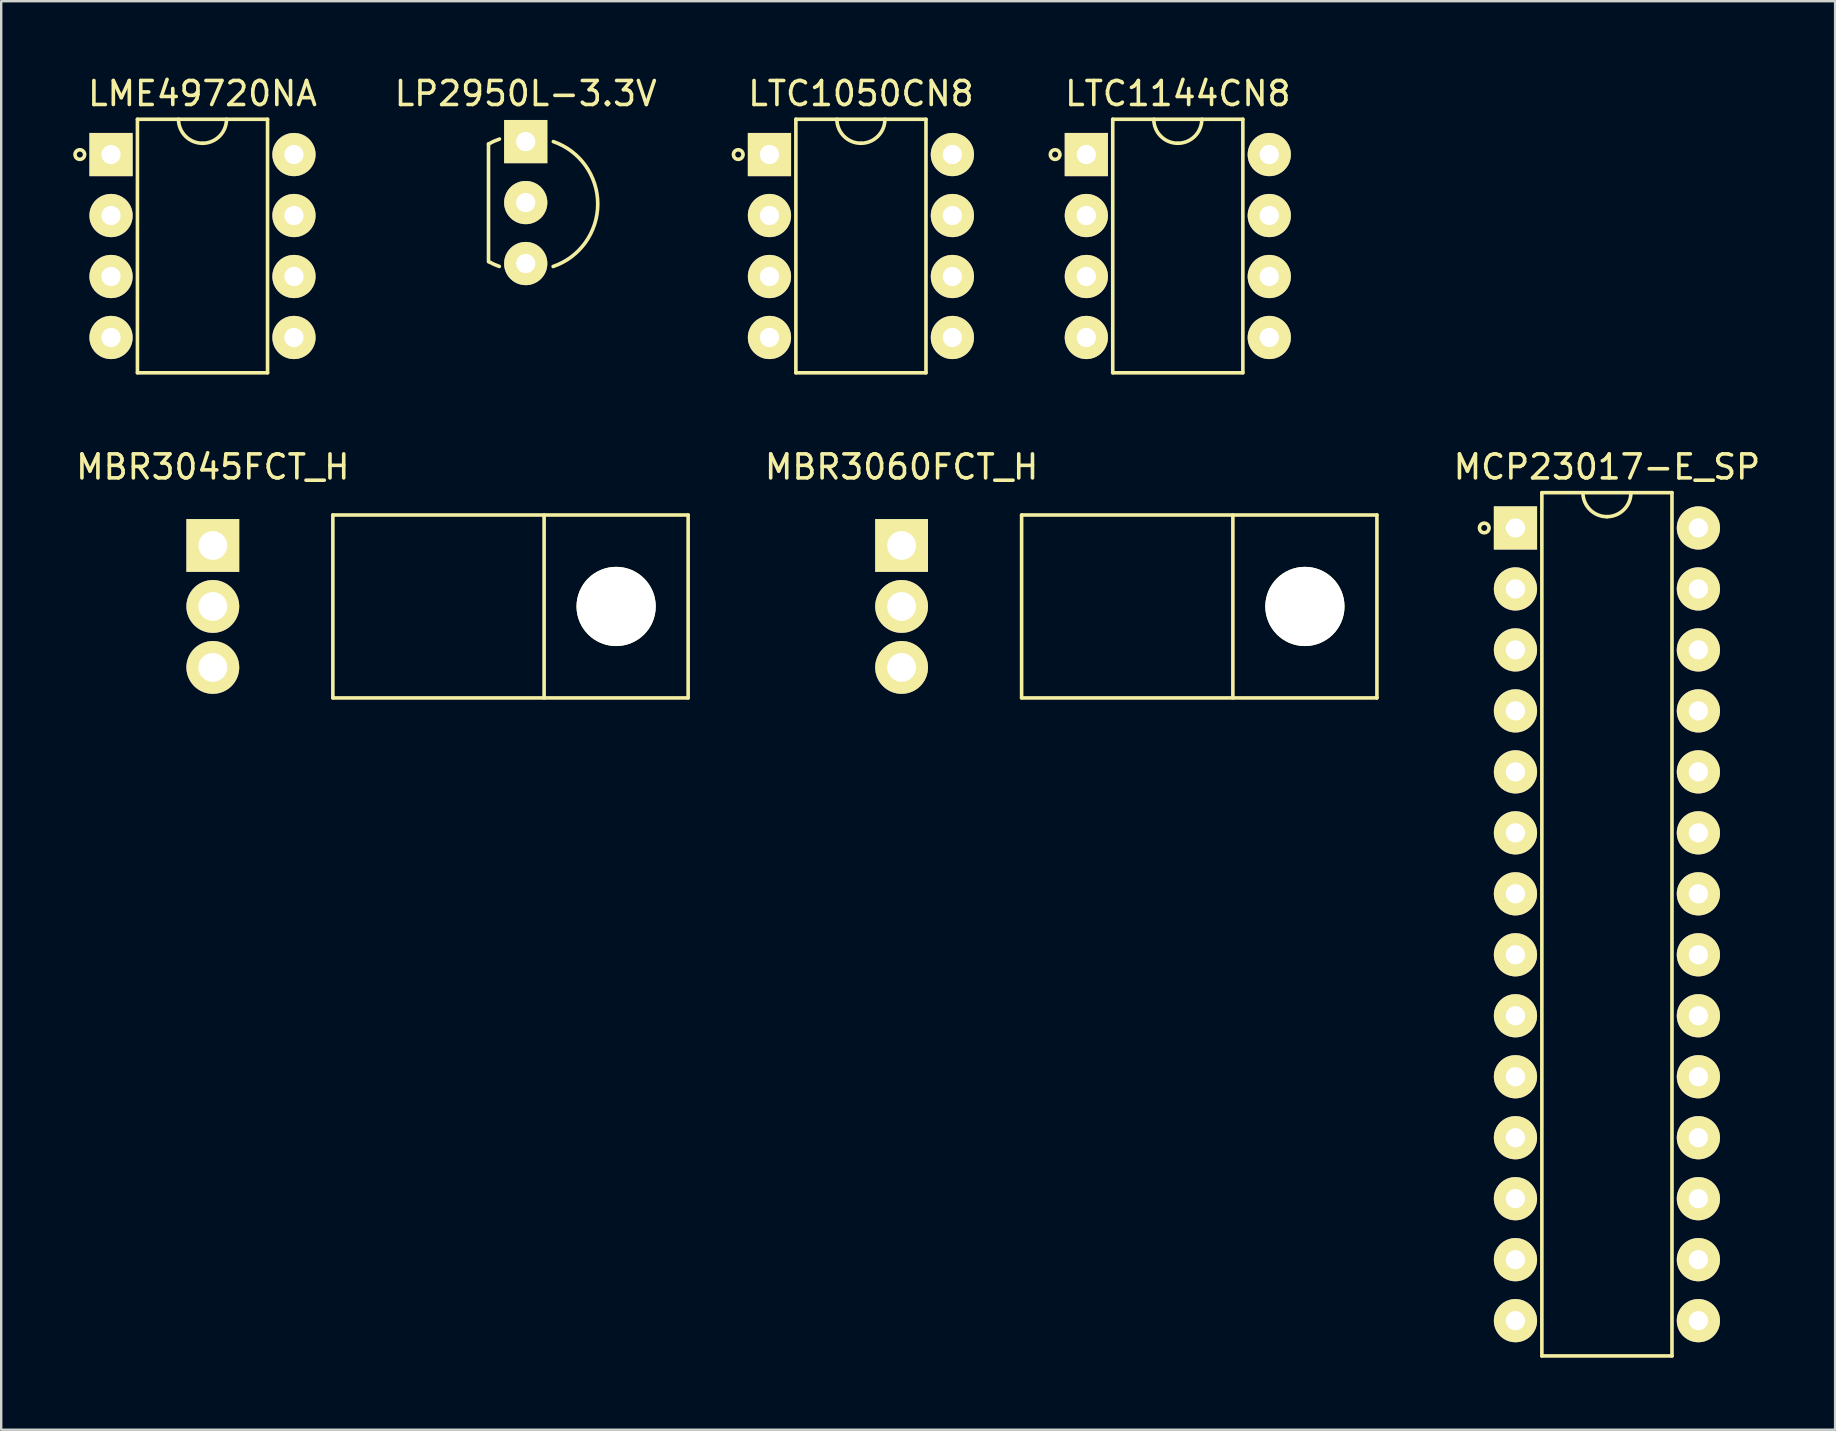
<source format=kicad_pcb>
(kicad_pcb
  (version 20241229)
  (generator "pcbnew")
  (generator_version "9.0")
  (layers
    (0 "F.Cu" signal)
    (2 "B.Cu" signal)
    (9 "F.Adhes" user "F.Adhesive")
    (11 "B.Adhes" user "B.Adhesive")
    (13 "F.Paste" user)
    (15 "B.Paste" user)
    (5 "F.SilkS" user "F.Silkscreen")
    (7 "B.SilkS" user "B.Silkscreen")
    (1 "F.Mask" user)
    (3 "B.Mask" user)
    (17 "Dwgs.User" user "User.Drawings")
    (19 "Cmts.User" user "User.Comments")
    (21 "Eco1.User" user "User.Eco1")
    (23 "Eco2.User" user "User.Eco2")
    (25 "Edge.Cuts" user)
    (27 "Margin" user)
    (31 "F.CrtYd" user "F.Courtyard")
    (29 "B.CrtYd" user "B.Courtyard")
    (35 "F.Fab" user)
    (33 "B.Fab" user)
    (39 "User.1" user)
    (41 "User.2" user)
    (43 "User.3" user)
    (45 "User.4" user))
  (footprint "MBR3060FCT_H"
    (layer "F.Cu")
    (at 34.506 19.672)
    (property "Reference" "MBR3060FCT_H" (at 0 -3.27 0) (layer "F.SilkS") (effects (font (size 1 1) (thickness 0.15))))
    (attr through_hole)
    (fp_line (start 5 -1.27) (end 5 6.35) (stroke (width 0.15) (type solid)) (layer "F.SilkS"))
    (fp_line (start 5 -1.27) (end 19.8 -1.27) (stroke (width 0.15) (type solid)) (layer "F.SilkS"))
    (fp_line (start 5 6.35) (end 19.8 6.35) (stroke (width 0.15) (type solid)) (layer "F.SilkS"))
    (fp_line (start 13.8 -1.27) (end 13.8 6.35) (stroke (width 0.15) (type solid)) (layer "F.SilkS"))
    (fp_line (start 19.8 -1.27) (end 19.8 6.35) (stroke (width 0.15) (type solid)) (layer "F.SilkS"))
    (pad "" np_thru_hole circle (at 16.8 2.54) (size 3.3 3.3) (drill 3.3) (layers "*.Cu" "*.Mask" "F.SilkS"))
    (pad "1" thru_hole rect (at 0 0) (size 2.2 2.2) (drill 1.2) (layers "*.Cu" "*.Mask" "F.SilkS"))
    (pad "2" thru_hole circle (at 0 2.54) (size 2.2 2.2) (drill 1.2) (layers "*.Cu" "*.Mask" "F.SilkS"))
    (pad "3" thru_hole circle (at 0 5.08) (size 2.2 2.2) (drill 1.2) (layers "*.Cu" "*.Mask" "F.SilkS")))
  (footprint "LME49720NA"
    (layer "F.Cu")
    (at 1.575 3.388)
    (property "Reference" "LME49720NA" (at 3.81 -2.54 0) (layer "F.SilkS") (effects (font (size 1 1) (thickness 0.15))))
    (attr through_hole)
    (fp_line (start 1.1 -1.47) (end 6.52 -1.47) (stroke (width 0.15) (type solid)) (layer "F.SilkS"))
    (fp_line (start 1.1 9.09) (end 1.1 -1.47) (stroke (width 0.15) (type solid)) (layer "F.SilkS"))
    (fp_line (start 6.52 -1.47) (end 6.52 9.09) (stroke (width 0.15) (type solid)) (layer "F.SilkS"))
    (fp_line (start 6.52 9.09) (end 1.1 9.09) (stroke (width 0.15) (type solid)) (layer "F.SilkS"))
    (fp_arc (start 3.81 -0.47) (mid 3.102893 -0.762893) (end 2.81 -1.47) (stroke (width 0.15) (type solid)) (layer "F.SilkS"))
    (fp_arc (start 4.81 -1.47) (mid 4.517107 -0.762893) (end 3.81 -0.47) (stroke (width 0.15) (type solid)) (layer "F.SilkS"))
    (fp_circle (center -1.3 0) (end -1.3 0.2) (stroke (width 0.15) (type solid)) (fill no) (layer "F.SilkS"))
    (pad "1" thru_hole rect (at 0 0) (size 1.8 1.8) (drill 0.8) (layers "*.Cu" "*.Mask" "F.SilkS"))
    (pad "2" thru_hole circle (at 0 2.54) (size 1.8 1.8) (drill 0.8) (layers "*.Cu" "*.Mask" "F.SilkS"))
    (pad "3" thru_hole circle (at 0 5.08) (size 1.8 1.8) (drill 0.8) (layers "*.Cu" "*.Mask" "F.SilkS"))
    (pad "4" thru_hole circle (at 0 7.62) (size 1.8 1.8) (drill 0.8) (layers "*.Cu" "*.Mask" "F.SilkS"))
    (pad "5" thru_hole circle (at 7.62 7.62) (size 1.8 1.8) (drill 0.8) (layers "*.Cu" "*.Mask" "F.SilkS"))
    (pad "6" thru_hole circle (at 7.62 5.08) (size 1.8 1.8) (drill 0.8) (layers "*.Cu" "*.Mask" "F.SilkS"))
    (pad "7" thru_hole circle (at 7.62 2.54) (size 1.8 1.8) (drill 0.8) (layers "*.Cu" "*.Mask" "F.SilkS"))
    (pad "8" thru_hole circle (at 7.62 0) (size 1.8 1.8) (drill 0.8) (layers "*.Cu" "*.Mask" "F.SilkS")))
  (footprint "MCP23017-E_SP"
    (layer "F.Cu")
    (at 60.077 18.942)
    (property "Reference" "MCP23017-E_SP" (at 3.81 -2.54 0) (layer "F.SilkS") (effects (font (size 1 1) (thickness 0.15))))
    (attr through_hole)
    (fp_line (start 1.1 -1.47) (end 6.52 -1.47) (stroke (width 0.15) (type solid)) (layer "F.SilkS"))
    (fp_line (start 1.1 34.49) (end 1.1 -1.47) (stroke (width 0.15) (type solid)) (layer "F.SilkS"))
    (fp_line (start 6.52 -1.47) (end 6.52 34.49) (stroke (width 0.15) (type solid)) (layer "F.SilkS"))
    (fp_line (start 6.52 34.49) (end 1.1 34.49) (stroke (width 0.15) (type solid)) (layer "F.SilkS"))
    (fp_arc (start 3.81 -0.47) (mid 3.102893 -0.762893) (end 2.81 -1.47) (stroke (width 0.15) (type solid)) (layer "F.SilkS"))
    (fp_arc (start 4.81 -1.47) (mid 4.517107 -0.762893) (end 3.81 -0.47) (stroke (width 0.15) (type solid)) (layer "F.SilkS"))
    (fp_circle (center -1.3 0) (end -1.3 0.2) (stroke (width 0.15) (type solid)) (fill no) (layer "F.SilkS"))
    (pad "1" thru_hole rect (at 0 0) (size 1.8 1.8) (drill 0.8) (layers "*.Cu" "*.Mask" "F.SilkS"))
    (pad "2" thru_hole circle (at 0 2.54) (size 1.8 1.8) (drill 0.8) (layers "*.Cu" "*.Mask" "F.SilkS"))
    (pad "3" thru_hole circle (at 0 5.08) (size 1.8 1.8) (drill 0.8) (layers "*.Cu" "*.Mask" "F.SilkS"))
    (pad "4" thru_hole circle (at 0 7.62) (size 1.8 1.8) (drill 0.8) (layers "*.Cu" "*.Mask" "F.SilkS"))
    (pad "5" thru_hole circle (at 0 10.16) (size 1.8 1.8) (drill 0.8) (layers "*.Cu" "*.Mask" "F.SilkS"))
    (pad "6" thru_hole circle (at 0 12.7) (size 1.8 1.8) (drill 0.8) (layers "*.Cu" "*.Mask" "F.SilkS"))
    (pad "7" thru_hole circle (at 0 15.24) (size 1.8 1.8) (drill 0.8) (layers "*.Cu" "*.Mask" "F.SilkS"))
    (pad "8" thru_hole circle (at 0 17.78) (size 1.8 1.8) (drill 0.8) (layers "*.Cu" "*.Mask" "F.SilkS"))
    (pad "9" thru_hole circle (at 0 20.32) (size 1.8 1.8) (drill 0.8) (layers "*.Cu" "*.Mask" "F.SilkS"))
    (pad "10" thru_hole circle (at 0 22.86) (size 1.8 1.8) (drill 0.8) (layers "*.Cu" "*.Mask" "F.SilkS"))
    (pad "11" thru_hole circle (at 0 25.4) (size 1.8 1.8) (drill 0.8) (layers "*.Cu" "*.Mask" "F.SilkS"))
    (pad "12" thru_hole circle (at 0 27.94) (size 1.8 1.8) (drill 0.8) (layers "*.Cu" "*.Mask" "F.SilkS"))
    (pad "13" thru_hole circle (at 0 30.48) (size 1.8 1.8) (drill 0.8) (layers "*.Cu" "*.Mask" "F.SilkS"))
    (pad "14" thru_hole circle (at 0 33.02) (size 1.8 1.8) (drill 0.8) (layers "*.Cu" "*.Mask" "F.SilkS"))
    (pad "15" thru_hole circle (at 7.62 33.02) (size 1.8 1.8) (drill 0.8) (layers "*.Cu" "*.Mask" "F.SilkS"))
    (pad "16" thru_hole circle (at 7.62 30.48) (size 1.8 1.8) (drill 0.8) (layers "*.Cu" "*.Mask" "F.SilkS"))
    (pad "17" thru_hole circle (at 7.62 27.94) (size 1.8 1.8) (drill 0.8) (layers "*.Cu" "*.Mask" "F.SilkS"))
    (pad "18" thru_hole circle (at 7.62 25.4) (size 1.8 1.8) (drill 0.8) (layers "*.Cu" "*.Mask" "F.SilkS"))
    (pad "19" thru_hole circle (at 7.62 22.86) (size 1.8 1.8) (drill 0.8) (layers "*.Cu" "*.Mask" "F.SilkS"))
    (pad "20" thru_hole circle (at 7.62 20.32) (size 1.8 1.8) (drill 0.8) (layers "*.Cu" "*.Mask" "F.SilkS"))
    (pad "21" thru_hole circle (at 7.62 17.78) (size 1.8 1.8) (drill 0.8) (layers "*.Cu" "*.Mask" "F.SilkS"))
    (pad "22" thru_hole circle (at 7.62 15.24) (size 1.8 1.8) (drill 0.8) (layers "*.Cu" "*.Mask" "F.SilkS"))
    (pad "23" thru_hole circle (at 7.62 12.7) (size 1.8 1.8) (drill 0.8) (layers "*.Cu" "*.Mask" "F.SilkS"))
    (pad "24" thru_hole circle (at 7.62 10.16) (size 1.8 1.8) (drill 0.8) (layers "*.Cu" "*.Mask" "F.SilkS"))
    (pad "25" thru_hole circle (at 7.62 7.62) (size 1.8 1.8) (drill 0.8) (layers "*.Cu" "*.Mask" "F.SilkS"))
    (pad "26" thru_hole circle (at 7.62 5.08) (size 1.8 1.8) (drill 0.8) (layers "*.Cu" "*.Mask" "F.SilkS"))
    (pad "27" thru_hole circle (at 7.62 2.54) (size 1.8 1.8) (drill 0.8) (layers "*.Cu" "*.Mask" "F.SilkS"))
    (pad "28" thru_hole circle (at 7.62 0) (size 1.8 1.8) (drill 0.8) (layers "*.Cu" "*.Mask" "F.SilkS")))
  (footprint "LP2950L-3.3V"
    (layer "F.Cu")
    (at 18.849 2.848)
    (property "Reference" "LP2950L-3.3V" (at 0 -2 0) (layer "F.SilkS") (effects (font (size 1 1) (thickness 0.15))))
    (attr through_hole)
    (fp_line (start -1.55 5) (end -1.55 0.1) (stroke (width 0.15) (type solid)) (layer "F.SilkS"))
    (fp_arc (start -1.55 0.1) (mid -1.326783 -0.012505) (end -1.09461 -0.105127) (stroke (width 0.15) (type solid)) (layer "F.SilkS"))
    (fp_arc (start -1.1 5.2) (mid -1.32318 5.111666) (end -1.537812 5.004217) (stroke (width 0.15) (type solid)) (layer "F.SilkS"))
    (fp_arc (start 1.15 0) (mid 3.00136 2.60449) (end 1.14151 5.202923) (stroke (width 0.15) (type solid)) (layer "F.SilkS"))
    (pad "1" thru_hole rect (at 0 0) (size 1.8 1.8) (drill 0.8) (layers "*.Cu" "*.Mask" "F.SilkS"))
    (pad "2" thru_hole circle (at 0 2.54) (size 1.8 1.8) (drill 0.8) (layers "*.Cu" "*.Mask" "F.SilkS"))
    (pad "3" thru_hole circle (at 0 5.08) (size 1.8 1.8) (drill 0.8) (layers "*.Cu" "*.Mask" "F.SilkS")))
  (footprint "LTC1050CN8"
    (layer "F.Cu")
    (at 29.002 3.388)
    (property "Reference" "LTC1050CN8" (at 3.81 -2.54 0) (layer "F.SilkS") (effects (font (size 1 1) (thickness 0.15))))
    (attr through_hole)
    (fp_line (start 1.1 -1.47) (end 6.52 -1.47) (stroke (width 0.15) (type solid)) (layer "F.SilkS"))
    (fp_line (start 1.1 9.09) (end 1.1 -1.47) (stroke (width 0.15) (type solid)) (layer "F.SilkS"))
    (fp_line (start 6.52 -1.47) (end 6.52 9.09) (stroke (width 0.15) (type solid)) (layer "F.SilkS"))
    (fp_line (start 6.52 9.09) (end 1.1 9.09) (stroke (width 0.15) (type solid)) (layer "F.SilkS"))
    (fp_arc (start 3.81 -0.47) (mid 3.102893 -0.762893) (end 2.81 -1.47) (stroke (width 0.15) (type solid)) (layer "F.SilkS"))
    (fp_arc (start 4.81 -1.47) (mid 4.517107 -0.762893) (end 3.81 -0.47) (stroke (width 0.15) (type solid)) (layer "F.SilkS"))
    (fp_circle (center -1.3 0) (end -1.3 0.2) (stroke (width 0.15) (type solid)) (fill no) (layer "F.SilkS"))
    (pad "1" thru_hole rect (at 0 0) (size 1.8 1.8) (drill 0.8) (layers "*.Cu" "*.Mask" "F.SilkS"))
    (pad "2" thru_hole circle (at 0 2.54) (size 1.8 1.8) (drill 0.8) (layers "*.Cu" "*.Mask" "F.SilkS"))
    (pad "3" thru_hole circle (at 0 5.08) (size 1.8 1.8) (drill 0.8) (layers "*.Cu" "*.Mask" "F.SilkS"))
    (pad "4" thru_hole circle (at 0 7.62) (size 1.8 1.8) (drill 0.8) (layers "*.Cu" "*.Mask" "F.SilkS"))
    (pad "5" thru_hole circle (at 7.62 7.62) (size 1.8 1.8) (drill 0.8) (layers "*.Cu" "*.Mask" "F.SilkS"))
    (pad "6" thru_hole circle (at 7.62 5.08) (size 1.8 1.8) (drill 0.8) (layers "*.Cu" "*.Mask" "F.SilkS"))
    (pad "7" thru_hole circle (at 7.62 2.54) (size 1.8 1.8) (drill 0.8) (layers "*.Cu" "*.Mask" "F.SilkS"))
    (pad "8" thru_hole circle (at 7.62 0) (size 1.8 1.8) (drill 0.8) (layers "*.Cu" "*.Mask" "F.SilkS")))
  (footprint "MBR3045FCT_H"
    (layer "F.Cu")
    (at 5.815 19.672)
    (property "Reference" "MBR3045FCT_H" (at 0 -3.27 0) (layer "F.SilkS") (effects (font (size 1 1) (thickness 0.15))))
    (attr through_hole)
    (fp_line (start 5 -1.27) (end 5 6.35) (stroke (width 0.15) (type solid)) (layer "F.SilkS"))
    (fp_line (start 5 -1.27) (end 19.8 -1.27) (stroke (width 0.15) (type solid)) (layer "F.SilkS"))
    (fp_line (start 5 6.35) (end 19.8 6.35) (stroke (width 0.15) (type solid)) (layer "F.SilkS"))
    (fp_line (start 13.8 -1.27) (end 13.8 6.35) (stroke (width 0.15) (type solid)) (layer "F.SilkS"))
    (fp_line (start 19.8 -1.27) (end 19.8 6.35) (stroke (width 0.15) (type solid)) (layer "F.SilkS"))
    (pad "" np_thru_hole circle (at 16.8 2.54) (size 3.3 3.3) (drill 3.3) (layers "*.Cu" "*.Mask" "F.SilkS"))
    (pad "1" thru_hole rect (at 0 0) (size 2.2 2.2) (drill 1.2) (layers "*.Cu" "*.Mask" "F.SilkS"))
    (pad "2" thru_hole circle (at 0 2.54) (size 2.2 2.2) (drill 1.2) (layers "*.Cu" "*.Mask" "F.SilkS"))
    (pad "3" thru_hole circle (at 0 5.08) (size 2.2 2.2) (drill 1.2) (layers "*.Cu" "*.Mask" "F.SilkS")))
  (footprint "LTC1144CN8"
    (layer "F.Cu")
    (at 42.202 3.388)
    (property "Reference" "LTC1144CN8" (at 3.81 -2.54 0) (layer "F.SilkS") (effects (font (size 1 1) (thickness 0.15))))
    (attr through_hole)
    (fp_line (start 1.1 -1.47) (end 6.52 -1.47) (stroke (width 0.15) (type solid)) (layer "F.SilkS"))
    (fp_line (start 1.1 9.09) (end 1.1 -1.47) (stroke (width 0.15) (type solid)) (layer "F.SilkS"))
    (fp_line (start 6.52 -1.47) (end 6.52 9.09) (stroke (width 0.15) (type solid)) (layer "F.SilkS"))
    (fp_line (start 6.52 9.09) (end 1.1 9.09) (stroke (width 0.15) (type solid)) (layer "F.SilkS"))
    (fp_arc (start 3.81 -0.47) (mid 3.102893 -0.762893) (end 2.81 -1.47) (stroke (width 0.15) (type solid)) (layer "F.SilkS"))
    (fp_arc (start 4.81 -1.47) (mid 4.517107 -0.762893) (end 3.81 -0.47) (stroke (width 0.15) (type solid)) (layer "F.SilkS"))
    (fp_circle (center -1.3 0) (end -1.3 0.2) (stroke (width 0.15) (type solid)) (fill no) (layer "F.SilkS"))
    (pad "1" thru_hole rect (at 0 0) (size 1.8 1.8) (drill 0.8) (layers "*.Cu" "*.Mask" "F.SilkS"))
    (pad "2" thru_hole circle (at 0 2.54) (size 1.8 1.8) (drill 0.8) (layers "*.Cu" "*.Mask" "F.SilkS"))
    (pad "3" thru_hole circle (at 0 5.08) (size 1.8 1.8) (drill 0.8) (layers "*.Cu" "*.Mask" "F.SilkS"))
    (pad "4" thru_hole circle (at 0 7.62) (size 1.8 1.8) (drill 0.8) (layers "*.Cu" "*.Mask" "F.SilkS"))
    (pad "5" thru_hole circle (at 7.62 7.62) (size 1.8 1.8) (drill 0.8) (layers "*.Cu" "*.Mask" "F.SilkS"))
    (pad "6" thru_hole circle (at 7.62 5.08) (size 1.8 1.8) (drill 0.8) (layers "*.Cu" "*.Mask" "F.SilkS"))
    (pad "7" thru_hole circle (at 7.62 2.54) (size 1.8 1.8) (drill 0.8) (layers "*.Cu" "*.Mask" "F.SilkS"))
    (pad "8" thru_hole circle (at 7.62 0) (size 1.8 1.8) (drill 0.8) (layers "*.Cu" "*.Mask" "F.SilkS")))
  (gr_rect
    (start -3 -3)
    (end 73.393 56.507)
    (stroke (width 0.1) (type default))
    (fill no)
    (layer "Edge.Cuts")))
</source>
